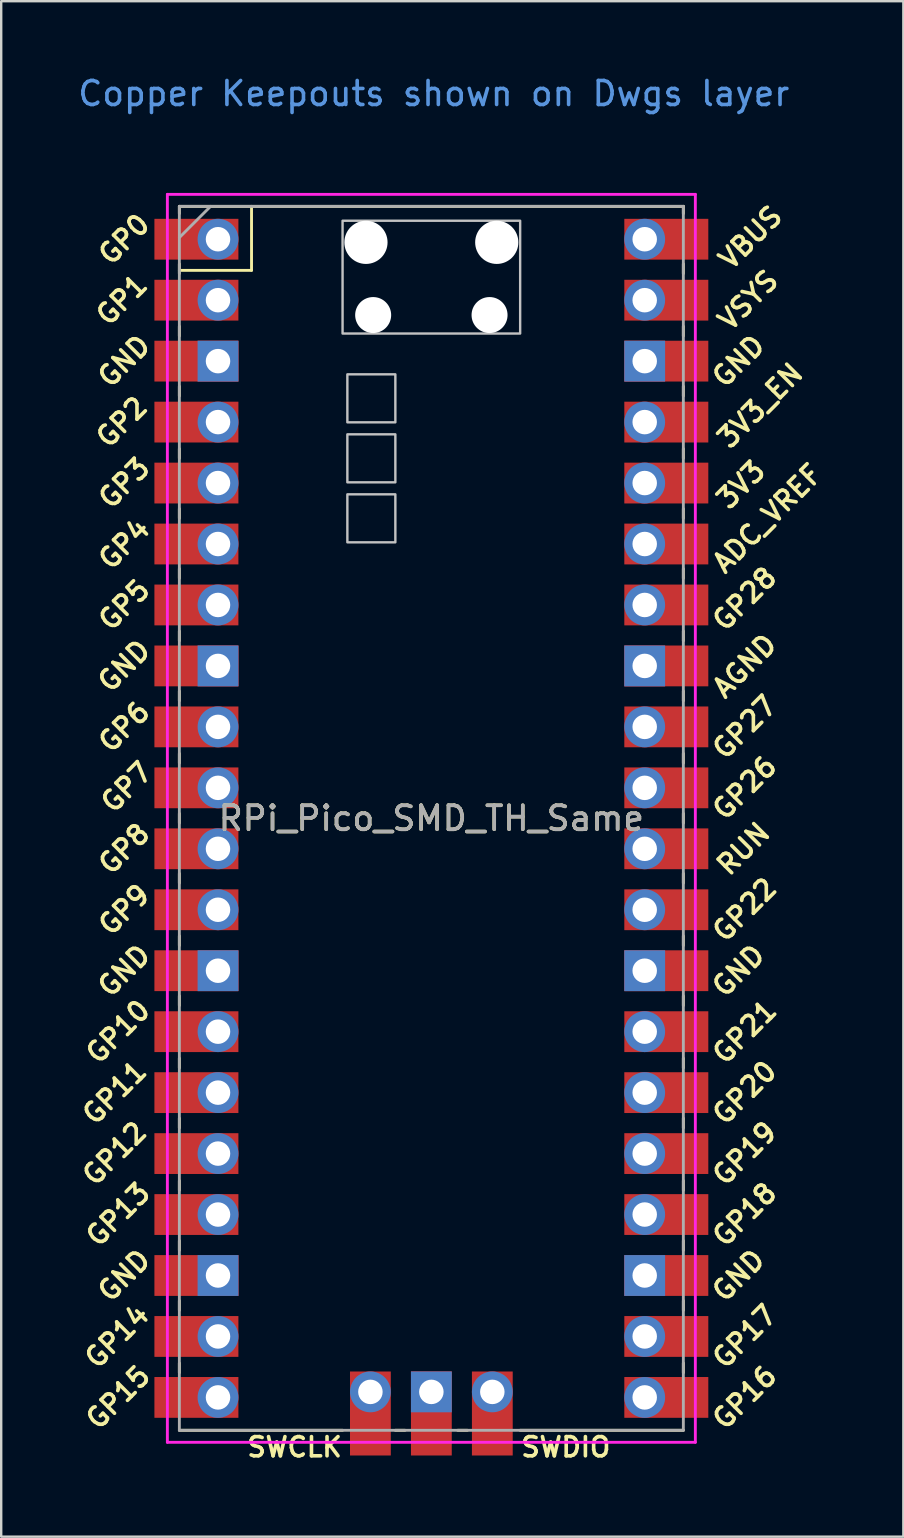
<source format=kicad_pcb>
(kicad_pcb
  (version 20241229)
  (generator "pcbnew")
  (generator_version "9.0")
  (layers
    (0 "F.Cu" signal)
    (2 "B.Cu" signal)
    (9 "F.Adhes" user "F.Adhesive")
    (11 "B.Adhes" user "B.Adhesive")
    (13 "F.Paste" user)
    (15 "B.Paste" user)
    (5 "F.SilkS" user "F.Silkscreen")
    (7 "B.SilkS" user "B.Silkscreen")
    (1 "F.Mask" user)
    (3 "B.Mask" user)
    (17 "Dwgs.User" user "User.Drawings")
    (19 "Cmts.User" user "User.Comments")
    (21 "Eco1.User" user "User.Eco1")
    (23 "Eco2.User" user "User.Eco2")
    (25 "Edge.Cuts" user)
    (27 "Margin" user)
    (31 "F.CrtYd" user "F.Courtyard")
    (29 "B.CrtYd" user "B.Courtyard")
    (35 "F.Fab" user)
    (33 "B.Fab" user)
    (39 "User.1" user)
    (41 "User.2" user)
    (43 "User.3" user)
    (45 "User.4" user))
  (footprint "RPi_Pico_SMD_TH_Same"
    (layer "F.Cu")
    (at 14.924 31.048)
    (property "Reference" "RPi_Pico_SMD_TH_Same" (at 0 0 0) (layer "F.SilkS") (effects (font (size 1 1) (thickness 0.15))))
    (attr through_hole)
    (fp_line (start -10.5 -25.5) (end -10.5 -25.2) (stroke (width 0.12) (type solid)) (layer "F.SilkS"))
    (fp_line (start -10.5 -25.5) (end 10.5 -25.5) (stroke (width 0.12) (type solid)) (layer "F.SilkS"))
    (fp_line (start -10.5 -23.1) (end -10.5 -22.7) (stroke (width 0.12) (type solid)) (layer "F.SilkS"))
    (fp_line (start -10.5 -22.833) (end -7.493 -22.833) (stroke (width 0.12) (type solid)) (layer "F.SilkS"))
    (fp_line (start -10.5 -20.5) (end -10.5 -20.1) (stroke (width 0.12) (type solid)) (layer "F.SilkS"))
    (fp_line (start -10.5 -18) (end -10.5 -17.6) (stroke (width 0.12) (type solid)) (layer "F.SilkS"))
    (fp_line (start -10.5 -15.4) (end -10.5 -15) (stroke (width 0.12) (type solid)) (layer "F.SilkS"))
    (fp_line (start -10.5 -12.9) (end -10.5 -12.5) (stroke (width 0.12) (type solid)) (layer "F.SilkS"))
    (fp_line (start -10.5 -10.4) (end -10.5 -10) (stroke (width 0.12) (type solid)) (layer "F.SilkS"))
    (fp_line (start -10.5 -7.8) (end -10.5 -7.4) (stroke (width 0.12) (type solid)) (layer "F.SilkS"))
    (fp_line (start -10.5 -5.3) (end -10.5 -4.9) (stroke (width 0.12) (type solid)) (layer "F.SilkS"))
    (fp_line (start -10.5 -2.7) (end -10.5 -2.3) (stroke (width 0.12) (type solid)) (layer "F.SilkS"))
    (fp_line (start -10.5 -0.2) (end -10.5 0.2) (stroke (width 0.12) (type solid)) (layer "F.SilkS"))
    (fp_line (start -10.5 2.3) (end -10.5 2.7) (stroke (width 0.12) (type solid)) (layer "F.SilkS"))
    (fp_line (start -10.5 4.9) (end -10.5 5.3) (stroke (width 0.12) (type solid)) (layer "F.SilkS"))
    (fp_line (start -10.5 7.4) (end -10.5 7.8) (stroke (width 0.12) (type solid)) (layer "F.SilkS"))
    (fp_line (start -10.5 10) (end -10.5 10.4) (stroke (width 0.12) (type solid)) (layer "F.SilkS"))
    (fp_line (start -10.5 12.5) (end -10.5 12.9) (stroke (width 0.12) (type solid)) (layer "F.SilkS"))
    (fp_line (start -10.5 15.1) (end -10.5 15.5) (stroke (width 0.12) (type solid)) (layer "F.SilkS"))
    (fp_line (start -10.5 17.6) (end -10.5 18) (stroke (width 0.12) (type solid)) (layer "F.SilkS"))
    (fp_line (start -10.5 20.1) (end -10.5 20.5) (stroke (width 0.12) (type solid)) (layer "F.SilkS"))
    (fp_line (start -10.5 22.7) (end -10.5 23.1) (stroke (width 0.12) (type solid)) (layer "F.SilkS"))
    (fp_line (start -7.493 -22.833) (end -7.493 -25.5) (stroke (width 0.12) (type solid)) (layer "F.SilkS"))
    (fp_line (start -3.7 25.5) (end -10.5 25.5) (stroke (width 0.12) (type solid)) (layer "F.SilkS"))
    (fp_line (start -1.5 25.5) (end -1.1 25.5) (stroke (width 0.12) (type solid)) (layer "F.SilkS"))
    (fp_line (start 1.1 25.5) (end 1.5 25.5) (stroke (width 0.12) (type solid)) (layer "F.SilkS"))
    (fp_line (start 10.5 -25.5) (end 10.5 -25.2) (stroke (width 0.12) (type solid)) (layer "F.SilkS"))
    (fp_line (start 10.5 -23.1) (end 10.5 -22.7) (stroke (width 0.12) (type solid)) (layer "F.SilkS"))
    (fp_line (start 10.5 -20.5) (end 10.5 -20.1) (stroke (width 0.12) (type solid)) (layer "F.SilkS"))
    (fp_line (start 10.5 -18) (end 10.5 -17.6) (stroke (width 0.12) (type solid)) (layer "F.SilkS"))
    (fp_line (start 10.5 -15.4) (end 10.5 -15) (stroke (width 0.12) (type solid)) (layer "F.SilkS"))
    (fp_line (start 10.5 -12.9) (end 10.5 -12.5) (stroke (width 0.12) (type solid)) (layer "F.SilkS"))
    (fp_line (start 10.5 -10.4) (end 10.5 -10) (stroke (width 0.12) (type solid)) (layer "F.SilkS"))
    (fp_line (start 10.5 -7.8) (end 10.5 -7.4) (stroke (width 0.12) (type solid)) (layer "F.SilkS"))
    (fp_line (start 10.5 -5.3) (end 10.5 -4.9) (stroke (width 0.12) (type solid)) (layer "F.SilkS"))
    (fp_line (start 10.5 -2.7) (end 10.5 -2.3) (stroke (width 0.12) (type solid)) (layer "F.SilkS"))
    (fp_line (start 10.5 -0.2) (end 10.5 0.2) (stroke (width 0.12) (type solid)) (layer "F.SilkS"))
    (fp_line (start 10.5 2.3) (end 10.5 2.7) (stroke (width 0.12) (type solid)) (layer "F.SilkS"))
    (fp_line (start 10.5 4.9) (end 10.5 5.3) (stroke (width 0.12) (type solid)) (layer "F.SilkS"))
    (fp_line (start 10.5 7.4) (end 10.5 7.8) (stroke (width 0.12) (type solid)) (layer "F.SilkS"))
    (fp_line (start 10.5 10) (end 10.5 10.4) (stroke (width 0.12) (type solid)) (layer "F.SilkS"))
    (fp_line (start 10.5 12.5) (end 10.5 12.9) (stroke (width 0.12) (type solid)) (layer "F.SilkS"))
    (fp_line (start 10.5 15.1) (end 10.5 15.5) (stroke (width 0.12) (type solid)) (layer "F.SilkS"))
    (fp_line (start 10.5 17.6) (end 10.5 18) (stroke (width 0.12) (type solid)) (layer "F.SilkS"))
    (fp_line (start 10.5 20.1) (end 10.5 20.5) (stroke (width 0.12) (type solid)) (layer "F.SilkS"))
    (fp_line (start 10.5 22.7) (end 10.5 23.1) (stroke (width 0.12) (type solid)) (layer "F.SilkS"))
    (fp_line (start 10.5 25.5) (end 3.7 25.5) (stroke (width 0.12) (type solid)) (layer "F.SilkS"))
    (fp_poly (pts (xy -1.5 -16.5) (xy -3.5 -16.5) (xy -3.5 -18.5) (xy -1.5 -18.5)) (stroke (width 0.1) (type solid)) (fill no) (layer "Dwgs.User"))
    (fp_poly (pts (xy -1.5 -14) (xy -3.5 -14) (xy -3.5 -16) (xy -1.5 -16)) (stroke (width 0.1) (type solid)) (fill no) (layer "Dwgs.User"))
    (fp_poly (pts (xy -1.5 -11.5) (xy -3.5 -11.5) (xy -3.5 -13.5) (xy -1.5 -13.5)) (stroke (width 0.1) (type solid)) (fill no) (layer "Dwgs.User"))
    (fp_poly (pts (xy 3.7 -20.2) (xy -3.7 -20.2) (xy -3.7 -24.9) (xy 3.7 -24.9)) (stroke (width 0.1) (type solid)) (fill no) (layer "Dwgs.User"))
    (fp_line (start -11 -26) (end 11 -26) (stroke (width 0.12) (type solid)) (layer "F.CrtYd"))
    (fp_line (start -11 26) (end -11 -26) (stroke (width 0.12) (type solid)) (layer "F.CrtYd"))
    (fp_line (start 11 -26) (end 11 26) (stroke (width 0.12) (type solid)) (layer "F.CrtYd"))
    (fp_line (start 11 26) (end -11 26) (stroke (width 0.12) (type solid)) (layer "F.CrtYd"))
    (fp_line (start -10.5 -25.5) (end 10.5 -25.5) (stroke (width 0.12) (type solid)) (layer "F.Fab"))
    (fp_line (start -10.5 -24.2) (end -9.2 -25.5) (stroke (width 0.12) (type solid)) (layer "F.Fab"))
    (fp_line (start -10.5 25.5) (end -10.5 -25.5) (stroke (width 0.12) (type solid)) (layer "F.Fab"))
    (fp_line (start 10.5 -25.5) (end 10.5 25.5) (stroke (width 0.12) (type solid)) (layer "F.Fab"))
    (fp_line (start 10.5 25.5) (end -10.5 25.5) (stroke (width 0.12) (type solid)) (layer "F.Fab"))
    (fp_text user "GP8" (at -12.8 1.27 45) (layer "F.SilkS") (effects (font (size 0.8 0.8) (thickness 0.15))))
    (fp_text user "GP28" (at 13.054 -9.144 45) (layer "F.SilkS") (effects (font (size 0.8 0.8) (thickness 0.15))))
    (fp_text user "GP4" (at -12.8 -11.43 45) (layer "F.SilkS") (effects (font (size 0.8 0.8) (thickness 0.15))))
    (fp_text user "VBUS" (at 13.3 -24.2 45) (layer "F.SilkS") (effects (font (size 0.8 0.8) (thickness 0.15))))
    (fp_text user "GP0" (at -12.8 -24.13 45) (layer "F.SilkS") (effects (font (size 0.8 0.8) (thickness 0.15))))
    (fp_text user "GP20" (at 13.054 11.43 45) (layer "F.SilkS") (effects (font (size 0.8 0.8) (thickness 0.15))))
    (fp_text user "SWCLK" (at -5.7 26.2 0) (layer "F.SilkS") (effects (font (size 0.8 0.8) (thickness 0.15))))
    (fp_text user "GP16" (at 13.054 24.13 45) (layer "F.SilkS") (effects (font (size 0.8 0.8) (thickness 0.15))))
    (fp_text user "GP22" (at 13.054 3.81 45) (layer "F.SilkS") (effects (font (size 0.8 0.8) (thickness 0.15))))
    (fp_text user "GND" (at 12.8 6.35 45) (layer "F.SilkS") (effects (font (size 0.8 0.8) (thickness 0.15))))
    (fp_text user "GP11" (at -13.2 11.43 45) (layer "F.SilkS") (effects (font (size 0.8 0.8) (thickness 0.15))))
    (fp_text user "GP10" (at -13.054 8.89 45) (layer "F.SilkS") (effects (font (size 0.8 0.8) (thickness 0.15))))
    (fp_text user "SWDIO" (at 5.6 26.2 0) (layer "F.SilkS") (effects (font (size 0.8 0.8) (thickness 0.15))))
    (fp_text user "GP7" (at -12.7 -1.3 45) (layer "F.SilkS") (effects (font (size 0.8 0.8) (thickness 0.15))))
    (fp_text user "GP3" (at -12.8 -13.97 45) (layer "F.SilkS") (effects (font (size 0.8 0.8) (thickness 0.15))))
    (fp_text user "GP27" (at 13.054 -3.8 45) (layer "F.SilkS") (effects (font (size 0.8 0.8) (thickness 0.15))))
    (fp_text user "GP14" (at -13.1 21.59 45) (layer "F.SilkS") (effects (font (size 0.8 0.8) (thickness 0.15))))
    (fp_text user "GP18" (at 13.054 16.51 45) (layer "F.SilkS") (effects (font (size 0.8 0.8) (thickness 0.15))))
    (fp_text user "GP17" (at 13.054 21.59 45) (layer "F.SilkS") (effects (font (size 0.8 0.8) (thickness 0.15))))
    (fp_text user "GND" (at -12.8 6.35 45) (layer "F.SilkS") (effects (font (size 0.8 0.8) (thickness 0.15))))
    (fp_text user "3V3" (at 12.9 -13.9 45) (layer "F.SilkS") (effects (font (size 0.8 0.8) (thickness 0.15))))
    (fp_text user "GND" (at -12.8 19.05 45) (layer "F.SilkS") (effects (font (size 0.8 0.8) (thickness 0.15))))
    (fp_text user "GND" (at -12.8 -6.35 45) (layer "F.SilkS") (effects (font (size 0.8 0.8) (thickness 0.15))))
    (fp_text user "GP21" (at 13.054 8.9 45) (layer "F.SilkS") (effects (font (size 0.8 0.8) (thickness 0.15))))
    (fp_text user "GP12" (at -13.2 13.97 45) (layer "F.SilkS") (effects (font (size 0.8 0.8) (thickness 0.15))))
    (fp_text user "GP26" (at 13.054 -1.27 45) (layer "F.SilkS") (effects (font (size 0.8 0.8) (thickness 0.15))))
    (fp_text user "GND" (at 12.8 -19.05 45) (layer "F.SilkS") (effects (font (size 0.8 0.8) (thickness 0.15))))
    (fp_text user "GP15" (at -13.054 24.13 45) (layer "F.SilkS") (effects (font (size 0.8 0.8) (thickness 0.15))))
    (fp_text user "GP2" (at -12.9 -16.51 45) (layer "F.SilkS") (effects (font (size 0.8 0.8) (thickness 0.15))))
    (fp_text user "GND" (at -12.8 -19.05 45) (layer "F.SilkS") (effects (font (size 0.8 0.8) (thickness 0.15))))
    (fp_text user "RUN" (at 13 1.27 45) (layer "F.SilkS") (effects (font (size 0.8 0.8) (thickness 0.15))))
    (fp_text user "GP5" (at -12.8 -8.89 45) (layer "F.SilkS") (effects (font (size 0.8 0.8) (thickness 0.15))))
    (fp_text user "ADC_VREF" (at 14 -12.5 45) (layer "F.SilkS") (effects (font (size 0.8 0.8) (thickness 0.15))))
    (fp_text user "GP19" (at 13.054 13.97 45) (layer "F.SilkS") (effects (font (size 0.8 0.8) (thickness 0.15))))
    (fp_text user "GP9" (at -12.8 3.81 45) (layer "F.SilkS") (effects (font (size 0.8 0.8) (thickness 0.15))))
    (fp_text user "GP1" (at -12.9 -21.6 45) (layer "F.SilkS") (effects (font (size 0.8 0.8) (thickness 0.15))))
    (fp_text user "GP13" (at -13.054 16.51 45) (layer "F.SilkS") (effects (font (size 0.8 0.8) (thickness 0.15))))
    (fp_text user "GND" (at 12.8 19.05 45) (layer "F.SilkS") (effects (font (size 0.8 0.8) (thickness 0.15))))
    (fp_text user "3V3_EN" (at 13.7 -17.2 45) (layer "F.SilkS") (effects (font (size 0.8 0.8) (thickness 0.15))))
    (fp_text user "VSYS" (at 13.2 -21.59 45) (layer "F.SilkS") (effects (font (size 0.8 0.8) (thickness 0.15))))
    (fp_text user "GP6" (at -12.8 -3.81 45) (layer "F.SilkS") (effects (font (size 0.8 0.8) (thickness 0.15))))
    (fp_text user "AGND" (at 13.054 -6.35 45) (layer "F.SilkS") (effects (font (size 0.8 0.8) (thickness 0.15))))
    (fp_text user "Copper Keepouts shown on Dwgs layer" (at 0.1 -30.2 0) (layer "Cmts.User") (effects (font (size 1 1) (thickness 0.15))))
    (fp_text user "${REFERENCE}" (at 0 0 180) (layer "F.Fab") (effects (font (size 1 1) (thickness 0.15))))
    (pad "" np_thru_hole oval (at -2.725 -24) (size 1.8 1.8) (drill 1.8) (layers "*.Cu" "*.Mask"))
    (pad "" np_thru_hole oval (at -2.425 -20.97) (size 1.5 1.5) (drill 1.5) (layers "*.Cu" "*.Mask"))
    (pad "" np_thru_hole oval (at 2.425 -20.97) (size 1.5 1.5) (drill 1.5) (layers "*.Cu" "*.Mask"))
    (pad "" np_thru_hole oval (at 2.725 -24) (size 1.8 1.8) (drill 1.8) (layers "*.Cu" "*.Mask"))
    (pad "1" thru_hole oval (at -8.89 -24.13) (size 1.7 1.7) (drill 1.02) (layers "*.Cu" "*.Mask"))
    (pad "1" smd rect (at -8.89 -24.13) (size 3.5 1.7) (drill (offset -0.9 0)) (layers "F.Cu" "F.Mask"))
    (pad "2" thru_hole oval (at -8.89 -21.59) (size 1.7 1.7) (drill 1.02) (layers "*.Cu" "*.Mask"))
    (pad "2" smd rect (at -8.89 -21.59) (size 3.5 1.7) (drill (offset -0.9 0)) (layers "F.Cu" "F.Mask"))
    (pad "3" thru_hole rect (at -8.89 -19.05) (size 1.7 1.7) (drill 1.02) (layers "*.Cu" "*.Mask"))
    (pad "3" smd rect (at -8.89 -19.05) (size 3.5 1.7) (drill (offset -0.9 0)) (layers "F.Cu" "F.Mask"))
    (pad "4" thru_hole oval (at -8.89 -16.51) (size 1.7 1.7) (drill 1.02) (layers "*.Cu" "*.Mask"))
    (pad "4" smd rect (at -8.89 -16.51) (size 3.5 1.7) (drill (offset -0.9 0)) (layers "F.Cu" "F.Mask"))
    (pad "5" thru_hole oval (at -8.89 -13.97) (size 1.7 1.7) (drill 1.02) (layers "*.Cu" "*.Mask"))
    (pad "5" smd rect (at -8.89 -13.97) (size 3.5 1.7) (drill (offset -0.9 0)) (layers "F.Cu" "F.Mask"))
    (pad "6" thru_hole oval (at -8.89 -11.43) (size 1.7 1.7) (drill 1.02) (layers "*.Cu" "*.Mask"))
    (pad "6" smd rect (at -8.89 -11.43) (size 3.5 1.7) (drill (offset -0.9 0)) (layers "F.Cu" "F.Mask"))
    (pad "7" thru_hole oval (at -8.89 -8.89) (size 1.7 1.7) (drill 1.02) (layers "*.Cu" "*.Mask"))
    (pad "7" smd rect (at -8.89 -8.89) (size 3.5 1.7) (drill (offset -0.9 0)) (layers "F.Cu" "F.Mask"))
    (pad "8" thru_hole rect (at -8.89 -6.35) (size 1.7 1.7) (drill 1.02) (layers "*.Cu" "*.Mask"))
    (pad "8" smd rect (at -8.89 -6.35) (size 3.5 1.7) (drill (offset -0.9 0)) (layers "F.Cu" "F.Mask"))
    (pad "9" thru_hole oval (at -8.89 -3.81) (size 1.7 1.7) (drill 1.02) (layers "*.Cu" "*.Mask"))
    (pad "9" smd rect (at -8.89 -3.81) (size 3.5 1.7) (drill (offset -0.9 0)) (layers "F.Cu" "F.Mask"))
    (pad "10" thru_hole oval (at -8.89 -1.27) (size 1.7 1.7) (drill 1.02) (layers "*.Cu" "*.Mask"))
    (pad "10" smd rect (at -8.89 -1.27) (size 3.5 1.7) (drill (offset -0.9 0)) (layers "F.Cu" "F.Mask"))
    (pad "11" thru_hole oval (at -8.89 1.27) (size 1.7 1.7) (drill 1.02) (layers "*.Cu" "*.Mask"))
    (pad "11" smd rect (at -8.89 1.27) (size 3.5 1.7) (drill (offset -0.9 0)) (layers "F.Cu" "F.Mask"))
    (pad "12" thru_hole oval (at -8.89 3.81) (size 1.7 1.7) (drill 1.02) (layers "*.Cu" "*.Mask"))
    (pad "12" smd rect (at -8.89 3.81) (size 3.5 1.7) (drill (offset -0.9 0)) (layers "F.Cu" "F.Mask"))
    (pad "13" thru_hole rect (at -8.89 6.35) (size 1.7 1.7) (drill 1.02) (layers "*.Cu" "*.Mask"))
    (pad "13" smd rect (at -8.89 6.35) (size 3.5 1.7) (drill (offset -0.9 0)) (layers "F.Cu" "F.Mask"))
    (pad "14" thru_hole oval (at -8.89 8.89) (size 1.7 1.7) (drill 1.02) (layers "*.Cu" "*.Mask"))
    (pad "14" smd rect (at -8.89 8.89) (size 3.5 1.7) (drill (offset -0.9 0)) (layers "F.Cu" "F.Mask"))
    (pad "15" thru_hole oval (at -8.89 11.43) (size 1.7 1.7) (drill 1.02) (layers "*.Cu" "*.Mask"))
    (pad "15" smd rect (at -8.89 11.43) (size 3.5 1.7) (drill (offset -0.9 0)) (layers "F.Cu" "F.Mask"))
    (pad "16" thru_hole oval (at -8.89 13.97) (size 1.7 1.7) (drill 1.02) (layers "*.Cu" "*.Mask"))
    (pad "16" smd rect (at -8.89 13.97) (size 3.5 1.7) (drill (offset -0.9 0)) (layers "F.Cu" "F.Mask"))
    (pad "17" thru_hole oval (at -8.89 16.51) (size 1.7 1.7) (drill 1.02) (layers "*.Cu" "*.Mask"))
    (pad "17" smd rect (at -8.89 16.51) (size 3.5 1.7) (drill (offset -0.9 0)) (layers "F.Cu" "F.Mask"))
    (pad "18" thru_hole rect (at -8.89 19.05) (size 1.7 1.7) (drill 1.02) (layers "*.Cu" "*.Mask"))
    (pad "18" smd rect (at -8.89 19.05) (size 3.5 1.7) (drill (offset -0.9 0)) (layers "F.Cu" "F.Mask"))
    (pad "19" thru_hole oval (at -8.89 21.59) (size 1.7 1.7) (drill 1.02) (layers "*.Cu" "*.Mask"))
    (pad "19" smd rect (at -8.89 21.59) (size 3.5 1.7) (drill (offset -0.9 0)) (layers "F.Cu" "F.Mask"))
    (pad "20" thru_hole oval (at -8.89 24.13) (size 1.7 1.7) (drill 1.02) (layers "*.Cu" "*.Mask"))
    (pad "20" smd rect (at -8.89 24.13) (size 3.5 1.7) (drill (offset -0.9 0)) (layers "F.Cu" "F.Mask"))
    (pad "21" thru_hole oval (at 8.89 24.13) (size 1.7 1.7) (drill 1.02) (layers "*.Cu" "*.Mask"))
    (pad "21" smd rect (at 8.89 24.13) (size 3.5 1.7) (drill (offset 0.9 0)) (layers "F.Cu" "F.Mask"))
    (pad "22" thru_hole oval (at 8.89 21.59) (size 1.7 1.7) (drill 1.02) (layers "*.Cu" "*.Mask"))
    (pad "22" smd rect (at 8.89 21.59) (size 3.5 1.7) (drill (offset 0.9 0)) (layers "F.Cu" "F.Mask"))
    (pad "23" thru_hole rect (at 8.89 19.05) (size 1.7 1.7) (drill 1.02) (layers "*.Cu" "*.Mask"))
    (pad "23" smd rect (at 8.89 19.05) (size 3.5 1.7) (drill (offset 0.9 0)) (layers "F.Cu" "F.Mask"))
    (pad "24" thru_hole oval (at 8.89 16.51) (size 1.7 1.7) (drill 1.02) (layers "*.Cu" "*.Mask"))
    (pad "24" smd rect (at 8.89 16.51) (size 3.5 1.7) (drill (offset 0.9 0)) (layers "F.Cu" "F.Mask"))
    (pad "25" thru_hole oval (at 8.89 13.97) (size 1.7 1.7) (drill 1.02) (layers "*.Cu" "*.Mask"))
    (pad "25" smd rect (at 8.89 13.97) (size 3.5 1.7) (drill (offset 0.9 0)) (layers "F.Cu" "F.Mask"))
    (pad "26" thru_hole oval (at 8.89 11.43) (size 1.7 1.7) (drill 1.02) (layers "*.Cu" "*.Mask"))
    (pad "26" smd rect (at 8.89 11.43) (size 3.5 1.7) (drill (offset 0.9 0)) (layers "F.Cu" "F.Mask"))
    (pad "27" thru_hole oval (at 8.89 8.89) (size 1.7 1.7) (drill 1.02) (layers "*.Cu" "*.Mask"))
    (pad "27" smd rect (at 8.89 8.89) (size 3.5 1.7) (drill (offset 0.9 0)) (layers "F.Cu" "F.Mask"))
    (pad "28" thru_hole rect (at 8.89 6.35) (size 1.7 1.7) (drill 1.02) (layers "*.Cu" "*.Mask"))
    (pad "28" smd rect (at 8.89 6.35) (size 3.5 1.7) (drill (offset 0.9 0)) (layers "F.Cu" "F.Mask"))
    (pad "29" thru_hole oval (at 8.89 3.81) (size 1.7 1.7) (drill 1.02) (layers "*.Cu" "*.Mask"))
    (pad "29" smd rect (at 8.89 3.81) (size 3.5 1.7) (drill (offset 0.9 0)) (layers "F.Cu" "F.Mask"))
    (pad "30" thru_hole oval (at 8.89 1.27) (size 1.7 1.7) (drill 1.02) (layers "*.Cu" "*.Mask"))
    (pad "30" smd rect (at 8.89 1.27) (size 3.5 1.7) (drill (offset 0.9 0)) (layers "F.Cu" "F.Mask"))
    (pad "31" thru_hole oval (at 8.89 -1.27) (size 1.7 1.7) (drill 1.02) (layers "*.Cu" "*.Mask"))
    (pad "31" smd rect (at 8.89 -1.27) (size 3.5 1.7) (drill (offset 0.9 0)) (layers "F.Cu" "F.Mask"))
    (pad "32" thru_hole oval (at 8.89 -3.81) (size 1.7 1.7) (drill 1.02) (layers "*.Cu" "*.Mask"))
    (pad "32" smd rect (at 8.89 -3.81) (size 3.5 1.7) (drill (offset 0.9 0)) (layers "F.Cu" "F.Mask"))
    (pad "33" thru_hole rect (at 8.89 -6.35) (size 1.7 1.7) (drill 1.02) (layers "*.Cu" "*.Mask"))
    (pad "33" smd rect (at 8.89 -6.35) (size 3.5 1.7) (drill (offset 0.9 0)) (layers "F.Cu" "F.Mask"))
    (pad "34" thru_hole oval (at 8.89 -8.89) (size 1.7 1.7) (drill 1.02) (layers "*.Cu" "*.Mask"))
    (pad "34" smd rect (at 8.89 -8.89) (size 3.5 1.7) (drill (offset 0.9 0)) (layers "F.Cu" "F.Mask"))
    (pad "35" thru_hole oval (at 8.89 -11.43) (size 1.7 1.7) (drill 1.02) (layers "*.Cu" "*.Mask"))
    (pad "35" smd rect (at 8.89 -11.43) (size 3.5 1.7) (drill (offset 0.9 0)) (layers "F.Cu" "F.Mask"))
    (pad "36" thru_hole oval (at 8.89 -13.97) (size 1.7 1.7) (drill 1.02) (layers "*.Cu" "*.Mask"))
    (pad "36" smd rect (at 8.89 -13.97) (size 3.5 1.7) (drill (offset 0.9 0)) (layers "F.Cu" "F.Mask"))
    (pad "37" thru_hole oval (at 8.89 -16.51) (size 1.7 1.7) (drill 1.02) (layers "*.Cu" "*.Mask"))
    (pad "37" smd rect (at 8.89 -16.51) (size 3.5 1.7) (drill (offset 0.9 0)) (layers "F.Cu" "F.Mask"))
    (pad "38" thru_hole rect (at 8.89 -19.05) (size 1.7 1.7) (drill 1.02) (layers "*.Cu" "*.Mask"))
    (pad "38" smd rect (at 8.89 -19.05) (size 3.5 1.7) (drill (offset 0.9 0)) (layers "F.Cu" "F.Mask"))
    (pad "39" thru_hole oval (at 8.89 -21.59) (size 1.7 1.7) (drill 1.02) (layers "*.Cu" "*.Mask"))
    (pad "39" smd rect (at 8.89 -21.59) (size 3.5 1.7) (drill (offset 0.9 0)) (layers "F.Cu" "F.Mask"))
    (pad "40" thru_hole oval (at 8.89 -24.13) (size 1.7 1.7) (drill 1.02) (layers "*.Cu" "*.Mask"))
    (pad "40" smd rect (at 8.89 -24.13) (size 3.5 1.7) (drill (offset 0.9 0)) (layers "F.Cu" "F.Mask"))
    (pad "41" thru_hole oval (at -2.54 23.9) (size 1.7 1.7) (drill 1.02) (layers "*.Cu" "*.Mask"))
    (pad "41" smd rect (at -2.54 23.9 90) (size 3.5 1.7) (drill (offset -0.9 0)) (layers "F.Cu" "F.Mask"))
    (pad "42" thru_hole rect (at 0 23.9) (size 1.7 1.7) (drill 1.02) (layers "*.Cu" "*.Mask"))
    (pad "42" smd rect (at 0 23.9 90) (size 3.5 1.7) (drill (offset -0.9 0)) (layers "F.Cu" "F.Mask"))
    (pad "43" thru_hole oval (at 2.54 23.9) (size 1.7 1.7) (drill 1.02) (layers "*.Cu" "*.Mask"))
    (pad "43" smd rect (at 2.54 23.9 90) (size 3.5 1.7) (drill (offset -0.9 0)) (layers "F.Cu" "F.Mask")))
  (gr_rect
    (start -3 -3)
    (end 34.591 60.98)
    (stroke (width 0.1) (type default))
    (fill no)
    (layer "Edge.Cuts")))
</source>
